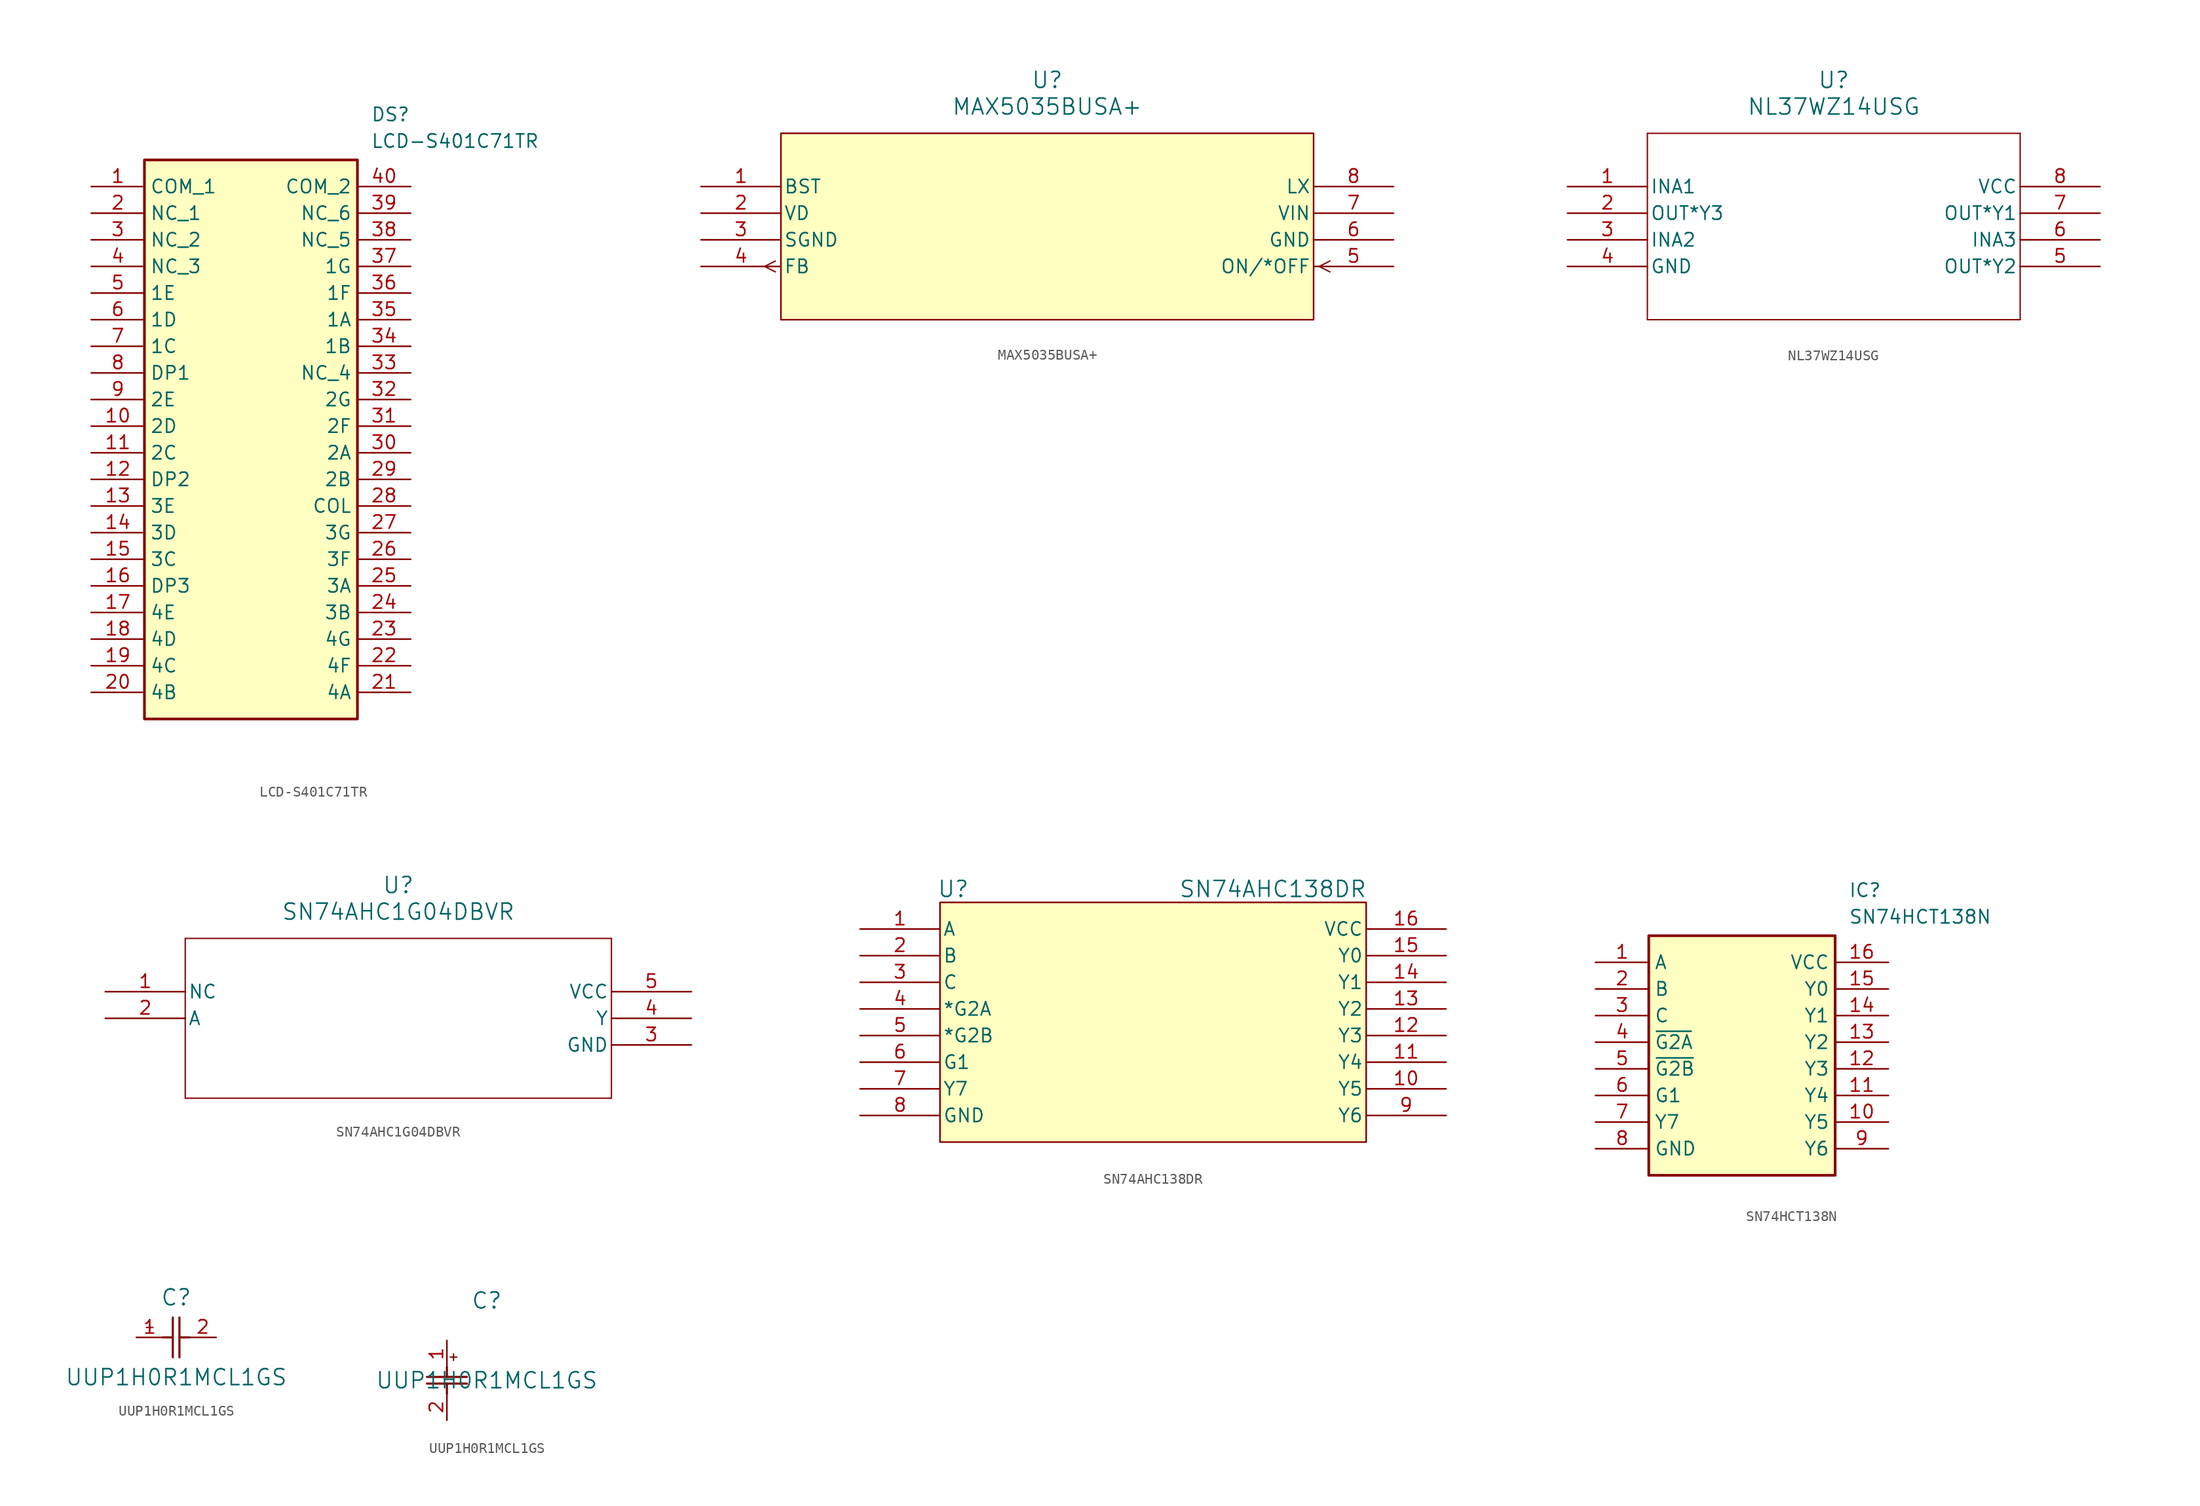
<source format=kicad_sym>
(kicad_symbol_lib
  (version 20220914)
  (generator kicad_symbol_editor)
  (symbol "LCD-S401C71TR"
    (property "Reference" "DS"
      (at 26.67 7.62 0)
      (effects (font (size 1.27 1.27)) (justify left top)))
    (property "Value" "LCD-S401C71TR"
      (at 26.67 5.08 0)
      (effects (font (size 1.27 1.27)) (justify left top)))
    (symbol "LCD-S401C71TR_1_1"
      (rectangle (start 5.08 2.54) (end 25.4 -50.8) (stroke (width 0.254) (type default)) (fill (type background)))
      (pin passive line (at 0 0 0) (length 5.08) (name "COM_1" (effects (font (size 1.27 1.27)))) (number "1" (effects (font (size 1.27 1.27)))))
      (pin passive line (at 0 -22.86 0) (length 5.08) (name "2D" (effects (font (size 1.27 1.27)))) (number "10" (effects (font (size 1.27 1.27)))))
      (pin passive line (at 0 -25.4 0) (length 5.08) (name "2C" (effects (font (size 1.27 1.27)))) (number "11" (effects (font (size 1.27 1.27)))))
      (pin passive line (at 0 -27.94 0) (length 5.08) (name "DP2" (effects (font (size 1.27 1.27)))) (number "12" (effects (font (size 1.27 1.27)))))
      (pin passive line (at 0 -30.48 0) (length 5.08) (name "3E" (effects (font (size 1.27 1.27)))) (number "13" (effects (font (size 1.27 1.27)))))
      (pin passive line (at 0 -33.02 0) (length 5.08) (name "3D" (effects (font (size 1.27 1.27)))) (number "14" (effects (font (size 1.27 1.27)))))
      (pin passive line (at 0 -35.56 0) (length 5.08) (name "3C" (effects (font (size 1.27 1.27)))) (number "15" (effects (font (size 1.27 1.27)))))
      (pin passive line (at 0 -38.1 0) (length 5.08) (name "DP3" (effects (font (size 1.27 1.27)))) (number "16" (effects (font (size 1.27 1.27)))))
      (pin passive line (at 0 -40.64 0) (length 5.08) (name "4E" (effects (font (size 1.27 1.27)))) (number "17" (effects (font (size 1.27 1.27)))))
      (pin passive line (at 0 -43.18 0) (length 5.08) (name "4D" (effects (font (size 1.27 1.27)))) (number "18" (effects (font (size 1.27 1.27)))))
      (pin passive line (at 0 -45.72 0) (length 5.08) (name "4C" (effects (font (size 1.27 1.27)))) (number "19" (effects (font (size 1.27 1.27)))))
      (pin passive line (at 0 -2.54 0) (length 5.08) (name "NC_1" (effects (font (size 1.27 1.27)))) (number "2" (effects (font (size 1.27 1.27)))))
      (pin passive line (at 0 -48.26 0) (length 5.08) (name "4B" (effects (font (size 1.27 1.27)))) (number "20" (effects (font (size 1.27 1.27)))))
      (pin passive line (at 30.48 -48.26 180) (length 5.08) (name "4A" (effects (font (size 1.27 1.27)))) (number "21" (effects (font (size 1.27 1.27)))))
      (pin passive line (at 30.48 -45.72 180) (length 5.08) (name "4F" (effects (font (size 1.27 1.27)))) (number "22" (effects (font (size 1.27 1.27)))))
      (pin passive line (at 30.48 -43.18 180) (length 5.08) (name "4G" (effects (font (size 1.27 1.27)))) (number "23" (effects (font (size 1.27 1.27)))))
      (pin passive line (at 30.48 -40.64 180) (length 5.08) (name "3B" (effects (font (size 1.27 1.27)))) (number "24" (effects (font (size 1.27 1.27)))))
      (pin passive line (at 30.48 -38.1 180) (length 5.08) (name "3A" (effects (font (size 1.27 1.27)))) (number "25" (effects (font (size 1.27 1.27)))))
      (pin passive line (at 30.48 -35.56 180) (length 5.08) (name "3F" (effects (font (size 1.27 1.27)))) (number "26" (effects (font (size 1.27 1.27)))))
      (pin passive line (at 30.48 -33.02 180) (length 5.08) (name "3G" (effects (font (size 1.27 1.27)))) (number "27" (effects (font (size 1.27 1.27)))))
      (pin passive line (at 30.48 -30.48 180) (length 5.08) (name "COL" (effects (font (size 1.27 1.27)))) (number "28" (effects (font (size 1.27 1.27)))))
      (pin passive line (at 30.48 -27.94 180) (length 5.08) (name "2B" (effects (font (size 1.27 1.27)))) (number "29" (effects (font (size 1.27 1.27)))))
      (pin passive line (at 0 -5.08 0) (length 5.08) (name "NC_2" (effects (font (size 1.27 1.27)))) (number "3" (effects (font (size 1.27 1.27)))))
      (pin passive line (at 30.48 -25.4 180) (length 5.08) (name "2A" (effects (font (size 1.27 1.27)))) (number "30" (effects (font (size 1.27 1.27)))))
      (pin passive line (at 30.48 -22.86 180) (length 5.08) (name "2F" (effects (font (size 1.27 1.27)))) (number "31" (effects (font (size 1.27 1.27)))))
      (pin passive line (at 30.48 -20.32 180) (length 5.08) (name "2G" (effects (font (size 1.27 1.27)))) (number "32" (effects (font (size 1.27 1.27)))))
      (pin passive line (at 30.48 -17.78 180) (length 5.08) (name "NC_4" (effects (font (size 1.27 1.27)))) (number "33" (effects (font (size 1.27 1.27)))))
      (pin passive line (at 30.48 -15.24 180) (length 5.08) (name "1B" (effects (font (size 1.27 1.27)))) (number "34" (effects (font (size 1.27 1.27)))))
      (pin passive line (at 30.48 -12.7 180) (length 5.08) (name "1A" (effects (font (size 1.27 1.27)))) (number "35" (effects (font (size 1.27 1.27)))))
      (pin passive line (at 30.48 -10.16 180) (length 5.08) (name "1F" (effects (font (size 1.27 1.27)))) (number "36" (effects (font (size 1.27 1.27)))))
      (pin passive line (at 30.48 -7.62 180) (length 5.08) (name "1G" (effects (font (size 1.27 1.27)))) (number "37" (effects (font (size 1.27 1.27)))))
      (pin passive line (at 30.48 -5.08 180) (length 5.08) (name "NC_5" (effects (font (size 1.27 1.27)))) (number "38" (effects (font (size 1.27 1.27)))))
      (pin passive line (at 30.48 -2.54 180) (length 5.08) (name "NC_6" (effects (font (size 1.27 1.27)))) (number "39" (effects (font (size 1.27 1.27)))))
      (pin passive line (at 0 -7.62 0) (length 5.08) (name "NC_3" (effects (font (size 1.27 1.27)))) (number "4" (effects (font (size 1.27 1.27)))))
      (pin passive line (at 30.48 0 180) (length 5.08) (name "COM_2" (effects (font (size 1.27 1.27)))) (number "40" (effects (font (size 1.27 1.27)))))
      (pin passive line (at 0 -10.16 0) (length 5.08) (name "1E" (effects (font (size 1.27 1.27)))) (number "5" (effects (font (size 1.27 1.27)))))
      (pin passive line (at 0 -12.7 0) (length 5.08) (name "1D" (effects (font (size 1.27 1.27)))) (number "6" (effects (font (size 1.27 1.27)))))
      (pin passive line (at 0 -15.24 0) (length 5.08) (name "1C" (effects (font (size 1.27 1.27)))) (number "7" (effects (font (size 1.27 1.27)))))
      (pin passive line (at 0 -17.78 0) (length 5.08) (name "DP1" (effects (font (size 1.27 1.27)))) (number "8" (effects (font (size 1.27 1.27)))))
      (pin passive line (at 0 -20.32 0) (length 5.08) (name "2E" (effects (font (size 1.27 1.27)))) (number "9" (effects (font (size 1.27 1.27)))))))
  (symbol "MAX5035BUSA+"
    (pin_names
      (offset 0.254))
    (property "Reference" "U"
      (at 33.02 10.16 0)
      (effects (font (size 1.524 1.524))))
    (property "Value" "MAX5035BUSA+"
      (at 33.02 7.62 0)
      (effects (font (size 1.524 1.524))))
    (property "ki_locked" ""
      (at 0 0 0)
      (effects (font (size 1.27 1.27))))
    (symbol "MAX5035BUSA+_0_1"
      (polyline (pts (xy 7.099 -8.141) (xy 6.058 -7.62)) (stroke (width 0.127) (type default)) (fill (type none)))
      (polyline (pts (xy 7.099 -7.099) (xy 6.058 -7.62)) (stroke (width 0.127) (type default)) (fill (type none)))
      (polyline (pts (xy 58.941 -7.62) (xy 59.982 -8.141)) (stroke (width 0.127) (type default)) (fill (type none)))
      (polyline (pts (xy 58.941 -7.62) (xy 59.982 -7.099)) (stroke (width 0.127) (type default)) (fill (type none)))
      (pin unspecified line (at 0 0 0) (length 7.62) (name "BST" (effects (font (size 1.27 1.27)))) (number "1" (effects (font (size 1.27 1.27)))))
      (pin power_in line (at 0 -2.54 0) (length 7.62) (name "VD" (effects (font (size 1.27 1.27)))) (number "2" (effects (font (size 1.27 1.27)))))
      (pin power_in line (at 0 -5.08 0) (length 7.62) (name "SGND" (effects (font (size 1.27 1.27)))) (number "3" (effects (font (size 1.27 1.27)))))
      (pin output line (at 0 -7.62 0) (length 7.62) (name "FB" (effects (font (size 1.27 1.27)))) (number "4" (effects (font (size 1.27 1.27)))))
      (pin input line (at 66.04 -7.62 180) (length 7.62) (name "ON/*OFF" (effects (font (size 1.27 1.27)))) (number "5" (effects (font (size 1.27 1.27)))))
      (pin power_in line (at 66.04 -5.08 180) (length 7.62) (name "GND" (effects (font (size 1.27 1.27)))) (number "6" (effects (font (size 1.27 1.27)))))
      (pin power_in line (at 66.04 -2.54 180) (length 7.62) (name "VIN" (effects (font (size 1.27 1.27)))) (number "7" (effects (font (size 1.27 1.27)))))
      (pin unspecified line (at 66.04 0 180) (length 7.62) (name "LX" (effects (font (size 1.27 1.27)))) (number "8" (effects (font (size 1.27 1.27))))))
    (symbol "MAX5035BUSA+_1_1"
      (rectangle (start 7.62 5.08) (end 58.42 -12.7) (stroke (width 0) (type default)) (fill (type background)))))
  (symbol "NL37WZ14USG"
    (pin_names
      (offset 0.254))
    (property "Reference" "U"
      (at 25.4 10.16 0)
      (effects (font (size 1.524 1.524))))
    (property "Value" "NL37WZ14USG"
      (at 25.4 7.62 0)
      (effects (font (size 1.524 1.524))))
    (property "ki_locked" ""
      (at 0 0 0)
      (effects (font (size 1.27 1.27))))
    (symbol "NL37WZ14USG_0_1"
      (polyline (pts (xy 7.62 -12.7) (xy 43.18 -12.7)) (stroke (width 0.127) (type default)) (fill (type none)))
      (polyline (pts (xy 7.62 5.08) (xy 7.62 -12.7)) (stroke (width 0.127) (type default)) (fill (type none)))
      (polyline (pts (xy 43.18 -12.7) (xy 43.18 5.08)) (stroke (width 0.127) (type default)) (fill (type none)))
      (polyline (pts (xy 43.18 5.08) (xy 7.62 5.08)) (stroke (width 0.127) (type default)) (fill (type none)))
      (pin input line (at 0 0 0) (length 7.62) (name "INA1" (effects (font (size 1.27 1.27)))) (number "1" (effects (font (size 1.27 1.27)))))
      (pin output line (at 0 -2.54 0) (length 7.62) (name "OUT*Y3" (effects (font (size 1.27 1.27)))) (number "2" (effects (font (size 1.27 1.27)))))
      (pin input line (at 0 -5.08 0) (length 7.62) (name "INA2" (effects (font (size 1.27 1.27)))) (number "3" (effects (font (size 1.27 1.27)))))
      (pin power_in line (at 0 -7.62 0) (length 7.62) (name "GND" (effects (font (size 1.27 1.27)))) (number "4" (effects (font (size 1.27 1.27)))))
      (pin output line (at 50.8 -7.62 180) (length 7.62) (name "OUT*Y2" (effects (font (size 1.27 1.27)))) (number "5" (effects (font (size 1.27 1.27)))))
      (pin input line (at 50.8 -5.08 180) (length 7.62) (name "INA3" (effects (font (size 1.27 1.27)))) (number "6" (effects (font (size 1.27 1.27)))))
      (pin output line (at 50.8 -2.54 180) (length 7.62) (name "OUT*Y1" (effects (font (size 1.27 1.27)))) (number "7" (effects (font (size 1.27 1.27)))))
      (pin power_in line (at 50.8 0 180) (length 7.62) (name "VCC" (effects (font (size 1.27 1.27)))) (number "8" (effects (font (size 1.27 1.27)))))))
  (symbol "SN74AHC1G04DBVR"
    (pin_names
      (offset 0.254))
    (property "Reference" "U"
      (at 27.94 10.16 0)
      (effects (font (size 1.524 1.524))))
    (property "Value" "SN74AHC1G04DBVR"
      (at 27.94 7.62 0)
      (effects (font (size 1.524 1.524))))
    (property "ki_locked" ""
      (at 0 0 0)
      (effects (font (size 1.27 1.27))))
    (symbol "SN74AHC1G04DBVR_0_1"
      (polyline (pts (xy 7.62 -10.16) (xy 48.26 -10.16)) (stroke (width 0.127) (type default)) (fill (type none)))
      (polyline (pts (xy 7.62 5.08) (xy 7.62 -10.16)) (stroke (width 0.127) (type default)) (fill (type none)))
      (polyline (pts (xy 48.26 -10.16) (xy 48.26 5.08)) (stroke (width 0.127) (type default)) (fill (type none)))
      (polyline (pts (xy 48.26 5.08) (xy 7.62 5.08)) (stroke (width 0.127) (type default)) (fill (type none)))
      (pin unspecified line (at 0 0 0) (length 7.62) (name "NC" (effects (font (size 1.27 1.27)))) (number "1" (effects (font (size 1.27 1.27)))))
      (pin input line (at 0 -2.54 0) (length 7.62) (name "A" (effects (font (size 1.27 1.27)))) (number "2" (effects (font (size 1.27 1.27)))))
      (pin power_in line (at 55.88 -5.08 180) (length 7.62) (name "GND" (effects (font (size 1.27 1.27)))) (number "3" (effects (font (size 1.27 1.27)))))
      (pin output line (at 55.88 -2.54 180) (length 7.62) (name "Y" (effects (font (size 1.27 1.27)))) (number "4" (effects (font (size 1.27 1.27)))))
      (pin power_in line (at 55.88 0 180) (length 7.62) (name "VCC" (effects (font (size 1.27 1.27)))) (number "5" (effects (font (size 1.27 1.27)))))))
  (symbol "SN74AHC138DR"
    (pin_names
      (offset 0.254))
    (property "Reference" "U"
      (at 8.89 6.35 0)
      (effects (font (size 1.524 1.524))))
    (property "Value" "SN74AHC138DR"
      (at 39.37 6.35 0)
      (effects (font (size 1.524 1.524))))
    (property "ki_locked" ""
      (at 0 0 0)
      (effects (font (size 1.27 1.27))))
    (symbol "SN74AHC138DR_0_1"
      (pin input line (at 0 2.54 0) (length 7.62) (name "A" (effects (font (size 1.27 1.27)))) (number "1" (effects (font (size 1.27 1.27)))))
      (pin output line (at 55.88 -12.7 180) (length 7.62) (name "Y5" (effects (font (size 1.27 1.27)))) (number "10" (effects (font (size 1.27 1.27)))))
      (pin output line (at 55.88 -10.16 180) (length 7.62) (name "Y4" (effects (font (size 1.27 1.27)))) (number "11" (effects (font (size 1.27 1.27)))))
      (pin output line (at 55.88 -7.62 180) (length 7.62) (name "Y3" (effects (font (size 1.27 1.27)))) (number "12" (effects (font (size 1.27 1.27)))))
      (pin output line (at 55.88 -5.08 180) (length 7.62) (name "Y2" (effects (font (size 1.27 1.27)))) (number "13" (effects (font (size 1.27 1.27)))))
      (pin output line (at 55.88 -2.54 180) (length 7.62) (name "Y1" (effects (font (size 1.27 1.27)))) (number "14" (effects (font (size 1.27 1.27)))))
      (pin output line (at 55.88 0 180) (length 7.62) (name "Y0" (effects (font (size 1.27 1.27)))) (number "15" (effects (font (size 1.27 1.27)))))
      (pin power_in line (at 55.88 2.54 180) (length 7.62) (name "VCC" (effects (font (size 1.27 1.27)))) (number "16" (effects (font (size 1.27 1.27)))))
      (pin input line (at 0 0 0) (length 7.62) (name "B" (effects (font (size 1.27 1.27)))) (number "2" (effects (font (size 1.27 1.27)))))
      (pin input line (at 0 -2.54 0) (length 7.62) (name "C" (effects (font (size 1.27 1.27)))) (number "3" (effects (font (size 1.27 1.27)))))
      (pin input line (at 0 -5.08 0) (length 7.62) (name "*G2A" (effects (font (size 1.27 1.27)))) (number "4" (effects (font (size 1.27 1.27)))))
      (pin input line (at 0 -7.62 0) (length 7.62) (name "*G2B" (effects (font (size 1.27 1.27)))) (number "5" (effects (font (size 1.27 1.27)))))
      (pin input line (at 0 -10.16 0) (length 7.62) (name "G1" (effects (font (size 1.27 1.27)))) (number "6" (effects (font (size 1.27 1.27)))))
      (pin output line (at 0 -12.7 0) (length 7.62) (name "Y7" (effects (font (size 1.27 1.27)))) (number "7" (effects (font (size 1.27 1.27)))))
      (pin power_in line (at 0 -15.24 0) (length 7.62) (name "GND" (effects (font (size 1.27 1.27)))) (number "8" (effects (font (size 1.27 1.27)))))
      (pin output line (at 55.88 -15.24 180) (length 7.62) (name "Y6" (effects (font (size 1.27 1.27)))) (number "9" (effects (font (size 1.27 1.27))))))
    (symbol "SN74AHC138DR_1_1"
      (rectangle (start 7.62 5.08) (end 48.26 -17.78) (stroke (width 0) (type default)) (fill (type background)))))
  (symbol "SN74HCT138N"
    (property "Reference" "IC"
      (at 24.13 7.62 0)
      (effects (font (size 1.27 1.27)) (justify left top)))
    (property "Value" "SN74HCT138N"
      (at 24.13 5.08 0)
      (effects (font (size 1.27 1.27)) (justify left top)))
    (symbol "SN74HCT138N_1_1"
      (rectangle (start 5.08 2.54) (end 22.86 -20.32) (stroke (width 0.254) (type default)) (fill (type background)))
      (pin passive line (at 0 0 0) (length 5.08) (name "A" (effects (font (size 1.27 1.27)))) (number "1" (effects (font (size 1.27 1.27)))))
      (pin passive line (at 27.94 -15.24 180) (length 5.08) (name "Y5" (effects (font (size 1.27 1.27)))) (number "10" (effects (font (size 1.27 1.27)))))
      (pin passive line (at 27.94 -12.7 180) (length 5.08) (name "Y4" (effects (font (size 1.27 1.27)))) (number "11" (effects (font (size 1.27 1.27)))))
      (pin passive line (at 27.94 -10.16 180) (length 5.08) (name "Y3" (effects (font (size 1.27 1.27)))) (number "12" (effects (font (size 1.27 1.27)))))
      (pin passive line (at 27.94 -7.62 180) (length 5.08) (name "Y2" (effects (font (size 1.27 1.27)))) (number "13" (effects (font (size 1.27 1.27)))))
      (pin passive line (at 27.94 -5.08 180) (length 5.08) (name "Y1" (effects (font (size 1.27 1.27)))) (number "14" (effects (font (size 1.27 1.27)))))
      (pin passive line (at 27.94 -2.54 180) (length 5.08) (name "Y0" (effects (font (size 1.27 1.27)))) (number "15" (effects (font (size 1.27 1.27)))))
      (pin passive line (at 27.94 0 180) (length 5.08) (name "VCC" (effects (font (size 1.27 1.27)))) (number "16" (effects (font (size 1.27 1.27)))))
      (pin passive line (at 0 -2.54 0) (length 5.08) (name "B" (effects (font (size 1.27 1.27)))) (number "2" (effects (font (size 1.27 1.27)))))
      (pin passive line (at 0 -5.08 0) (length 5.08) (name "C" (effects (font (size 1.27 1.27)))) (number "3" (effects (font (size 1.27 1.27)))))
      (pin passive line (at 0 -7.62 0) (length 5.08) (name "~{G2A}" (effects (font (size 1.27 1.27)))) (number "4" (effects (font (size 1.27 1.27)))))
      (pin passive line (at 0 -10.16 0) (length 5.08) (name "~{G2B}" (effects (font (size 1.27 1.27)))) (number "5" (effects (font (size 1.27 1.27)))))
      (pin passive line (at 0 -12.7 0) (length 5.08) (name "G1" (effects (font (size 1.27 1.27)))) (number "6" (effects (font (size 1.27 1.27)))))
      (pin passive line (at 0 -15.24 0) (length 5.08) (name "Y7" (effects (font (size 1.27 1.27)))) (number "7" (effects (font (size 1.27 1.27)))))
      (pin passive line (at 0 -17.78 0) (length 5.08) (name "GND" (effects (font (size 1.27 1.27)))) (number "8" (effects (font (size 1.27 1.27)))))
      (pin passive line (at 27.94 -17.78 180) (length 5.08) (name "Y6" (effects (font (size 1.27 1.27)))) (number "9" (effects (font (size 1.27 1.27)))))))
  (symbol "UUP1H0R1MCL1GS"
    (pin_names
      (offset 0.254))
    (property "Reference" "C"
      (at 3.81 3.81 0)
      (effects (font (size 1.524 1.524))))
    (property "Value" "UUP1H0R1MCL1GS"
      (at 3.81 -3.81 0)
      (effects (font (size 1.524 1.524))))
    (property "ki_locked" ""
      (at 0 0 0)
      (effects (font (size 1.27 1.27))))
    (symbol "UUP1H0R1MCL1GS_1_1"
      (polyline (pts (xy 0.953 0.953) (xy 1.587 0.953)) (stroke (width 0.127) (type default)) (fill (type none)))
      (polyline (pts (xy 1.27 1.27) (xy 1.27 0.635)) (stroke (width 0.127) (type default)) (fill (type none)))
      (polyline (pts (xy 2.54 0) (xy 3.48 0)) (stroke (width 0.203) (type default)) (fill (type none)))
      (polyline (pts (xy 3.48 -1.905) (xy 3.48 1.905)) (stroke (width 0.203) (type default)) (fill (type none)))
      (polyline (pts (xy 4.115 -1.905) (xy 4.115 1.905)) (stroke (width 0.203) (type default)) (fill (type none)))
      (polyline (pts (xy 4.115 0) (xy 5.08 0)) (stroke (width 0.203) (type default)) (fill (type none)))
      (pin unspecified line (at 0 0 0) (length 2.54) (name "" (effects (font (size 1.27 1.27)))) (number "1" (effects (font (size 1.27 1.27)))))
      (pin unspecified line (at 7.62 0 180) (length 2.54) (name "" (effects (font (size 1.27 1.27)))) (number "2" (effects (font (size 1.27 1.27))))))
    (symbol "UUP1H0R1MCL1GS_1_2"
      (polyline (pts (xy -1.905 -4.115) (xy 1.905 -4.115)) (stroke (width 0.203) (type default)) (fill (type none)))
      (polyline (pts (xy -1.905 -3.48) (xy 1.905 -3.48)) (stroke (width 0.203) (type default)) (fill (type none)))
      (polyline (pts (xy 0 -4.115) (xy 0 -5.08)) (stroke (width 0.203) (type default)) (fill (type none)))
      (polyline (pts (xy 0 -2.54) (xy 0 -3.48)) (stroke (width 0.203) (type default)) (fill (type none)))
      (polyline (pts (xy 0.318 -1.587) (xy 0.953 -1.587)) (stroke (width 0.127) (type default)) (fill (type none)))
      (polyline (pts (xy 0.635 -1.27) (xy 0.635 -1.905)) (stroke (width 0.127) (type default)) (fill (type none)))
      (pin unspecified line (at 0 0 270) (length 2.54) (name "" (effects (font (size 1.27 1.27)))) (number "1" (effects (font (size 1.27 1.27)))))
      (pin unspecified line (at 0 -7.62 90) (length 2.54) (name "" (effects (font (size 1.27 1.27)))) (number "2" (effects (font (size 1.27 1.27))))))))
</source>
